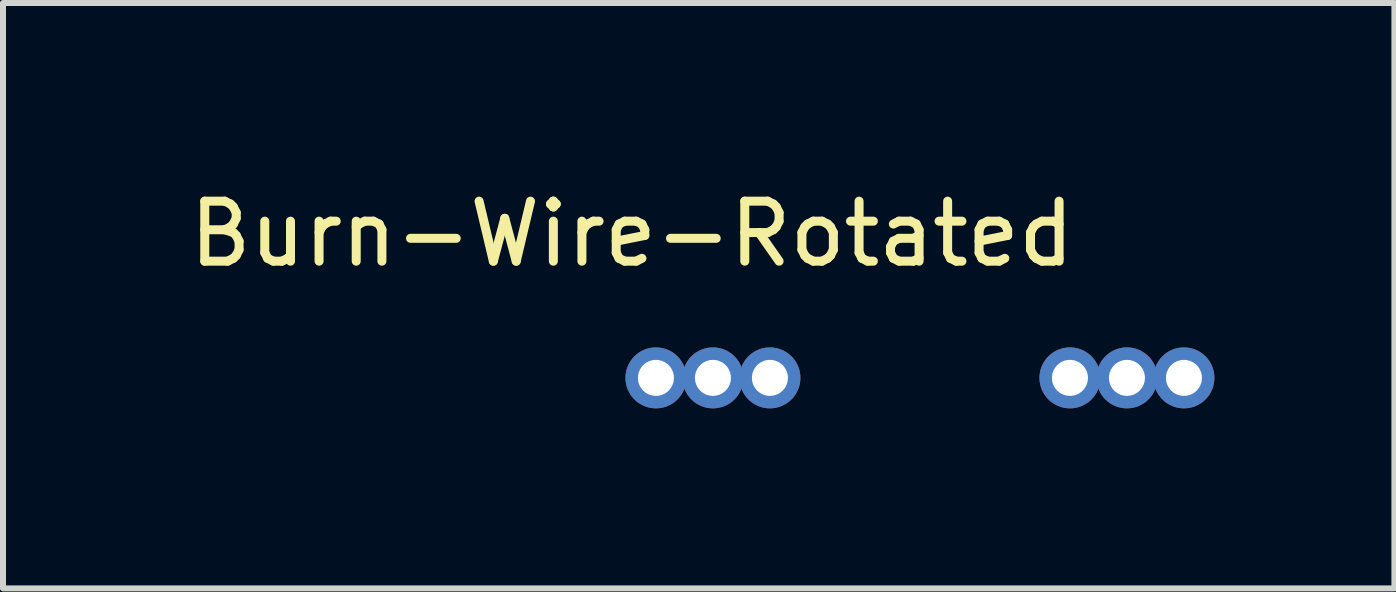
<source format=kicad_pcb>
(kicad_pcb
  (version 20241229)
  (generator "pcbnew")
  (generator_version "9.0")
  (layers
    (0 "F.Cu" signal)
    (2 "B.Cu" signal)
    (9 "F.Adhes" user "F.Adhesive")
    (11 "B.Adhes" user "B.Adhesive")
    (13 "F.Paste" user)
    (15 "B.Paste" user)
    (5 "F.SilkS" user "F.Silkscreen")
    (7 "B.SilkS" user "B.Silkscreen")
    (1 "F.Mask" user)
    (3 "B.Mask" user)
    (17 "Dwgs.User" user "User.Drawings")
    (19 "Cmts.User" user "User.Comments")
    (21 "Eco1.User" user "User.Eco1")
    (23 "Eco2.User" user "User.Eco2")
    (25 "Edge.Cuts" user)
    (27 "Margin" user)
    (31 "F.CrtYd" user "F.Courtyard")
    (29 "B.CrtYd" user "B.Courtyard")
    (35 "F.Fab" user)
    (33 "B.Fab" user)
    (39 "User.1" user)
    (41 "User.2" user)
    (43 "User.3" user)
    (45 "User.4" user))
  (footprint "Burn-Wire-Rotated"
    (layer "F.Cu")
    (at 9.782 3.248)
    (property "Reference" "Burn-Wire-Rotated" (at -2.3 -2.4 0) (layer "F.SilkS") (effects (font (size 1 1) (thickness 0.15))))
    (attr through_hole)
    (pad "1" thru_hole circle (at -1.9 0) (size 1.016 1.016) (drill 0.6) (layers "*.Cu" "*.Mask"))
    (pad "2" thru_hole circle (at 6.9 0) (size 1.016 1.016) (drill 0.6) (layers "*.Cu" "*.Mask"))
    (pad "10" thru_hole circle (at -0.95 0) (size 1.016 1.016) (drill 0.6) (layers "*.Cu" "*.Mask"))
    (pad "20" thru_hole circle (at 5.95 0) (size 1.016 1.016) (drill 0.6) (layers "*.Cu" "*.Mask"))
    (pad "100" thru_hole circle (at 0 0) (size 1.016 1.016) (drill 0.6) (layers "*.Cu" "*.Mask"))
    (pad "200" thru_hole circle (at 5 0) (size 1.016 1.016) (drill 0.6) (layers "*.Cu" "*.Mask")))
  (gr_rect
    (start -3 -3)
    (end 20.19 6.756)
    (stroke (width 0.1) (type default))
    (fill no)
    (layer "Edge.Cuts")))
</source>
